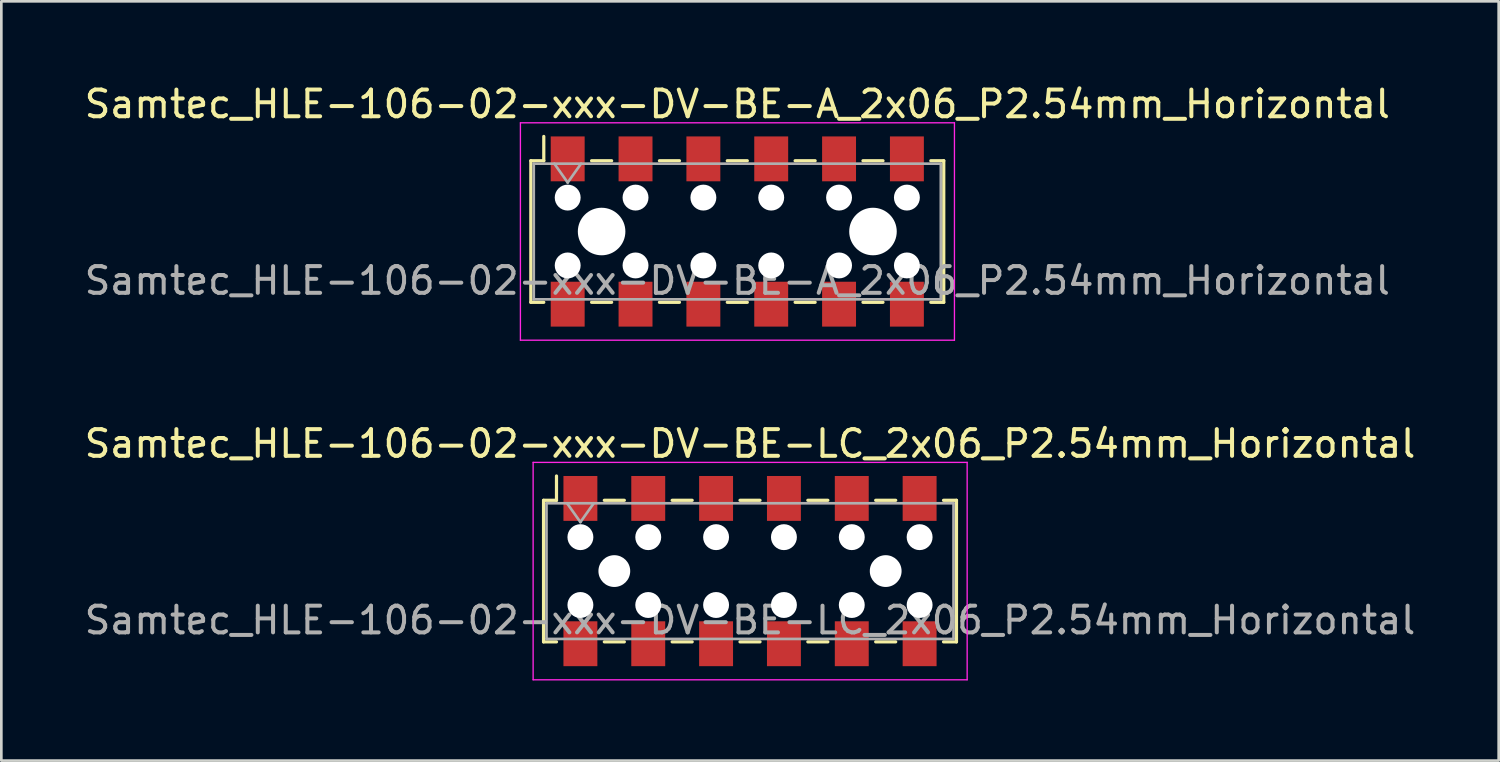
<source format=kicad_pcb>
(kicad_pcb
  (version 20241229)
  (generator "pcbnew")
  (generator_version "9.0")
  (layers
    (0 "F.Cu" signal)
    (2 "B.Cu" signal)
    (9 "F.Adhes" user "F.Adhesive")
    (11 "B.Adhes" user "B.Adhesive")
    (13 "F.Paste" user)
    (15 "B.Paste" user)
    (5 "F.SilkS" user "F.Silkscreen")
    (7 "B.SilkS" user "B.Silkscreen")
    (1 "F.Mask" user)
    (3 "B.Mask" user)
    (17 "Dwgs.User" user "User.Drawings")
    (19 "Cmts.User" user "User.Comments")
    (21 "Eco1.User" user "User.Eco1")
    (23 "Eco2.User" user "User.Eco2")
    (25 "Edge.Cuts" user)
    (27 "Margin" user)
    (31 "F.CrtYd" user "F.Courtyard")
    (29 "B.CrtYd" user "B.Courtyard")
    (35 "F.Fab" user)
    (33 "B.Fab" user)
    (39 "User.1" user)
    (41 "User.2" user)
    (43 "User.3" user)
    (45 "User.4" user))
  (footprint "Samtec_HLE-106-02-xxx-DV-BE-LC_2x06_P2.54mm_Horizontal"
    (layer "F.Cu")
    (at 25.03 18.331)
    (property "Reference" "Samtec_HLE-106-02-xxx-DV-BE-LC_2x06_P2.54mm_Horizontal" (at 0 -4.77 0) (layer "F.SilkS") (effects (font (size 1 1) (thickness 0.15))))
    (attr smd)
    (fp_line (start -7.73 -2.65) (end -7.73 2.65) (stroke (width 0.12) (type solid)) (layer "F.SilkS"))
    (fp_line (start -7.73 2.65) (end -7.245 2.65) (stroke (width 0.12) (type solid)) (layer "F.SilkS"))
    (fp_line (start -7.245 -3.56) (end -7.245 -2.65) (stroke (width 0.12) (type solid)) (layer "F.SilkS"))
    (fp_line (start -7.245 -2.65) (end -7.73 -2.65) (stroke (width 0.12) (type solid)) (layer "F.SilkS"))
    (fp_line (start -5.455 -2.65) (end -4.705 -2.65) (stroke (width 0.12) (type solid)) (layer "F.SilkS"))
    (fp_line (start -5.455 2.65) (end -4.705 2.65) (stroke (width 0.12) (type solid)) (layer "F.SilkS"))
    (fp_line (start -2.915 -2.65) (end -2.165 -2.65) (stroke (width 0.12) (type solid)) (layer "F.SilkS"))
    (fp_line (start -2.915 2.65) (end -2.165 2.65) (stroke (width 0.12) (type solid)) (layer "F.SilkS"))
    (fp_line (start -0.375 -2.65) (end 0.375 -2.65) (stroke (width 0.12) (type solid)) (layer "F.SilkS"))
    (fp_line (start -0.375 2.65) (end 0.375 2.65) (stroke (width 0.12) (type solid)) (layer "F.SilkS"))
    (fp_line (start 2.165 -2.65) (end 2.915 -2.65) (stroke (width 0.12) (type solid)) (layer "F.SilkS"))
    (fp_line (start 2.165 2.65) (end 2.915 2.65) (stroke (width 0.12) (type solid)) (layer "F.SilkS"))
    (fp_line (start 4.705 -2.65) (end 5.455 -2.65) (stroke (width 0.12) (type solid)) (layer "F.SilkS"))
    (fp_line (start 4.705 2.65) (end 5.455 2.65) (stroke (width 0.12) (type solid)) (layer "F.SilkS"))
    (fp_line (start 7.245 -2.65) (end 7.73 -2.65) (stroke (width 0.12) (type solid)) (layer "F.SilkS"))
    (fp_line (start 7.73 -2.65) (end 7.73 2.65) (stroke (width 0.12) (type solid)) (layer "F.SilkS"))
    (fp_line (start 7.73 2.65) (end 7.245 2.65) (stroke (width 0.12) (type solid)) (layer "F.SilkS"))
    (fp_line (start -8.12 -4.07) (end 8.13 -4.07) (stroke (width 0.05) (type solid)) (layer "F.CrtYd"))
    (fp_line (start -8.12 4.07) (end -8.12 -4.07) (stroke (width 0.05) (type solid)) (layer "F.CrtYd"))
    (fp_line (start 8.13 -4.07) (end 8.13 4.07) (stroke (width 0.05) (type solid)) (layer "F.CrtYd"))
    (fp_line (start 8.13 4.07) (end -8.12 4.07) (stroke (width 0.05) (type solid)) (layer "F.CrtYd"))
    (fp_line (start -7.62 -2.54) (end 7.62 -2.54) (stroke (width 0.1) (type solid)) (layer "F.Fab"))
    (fp_line (start -7.62 2.54) (end -7.62 -2.54) (stroke (width 0.1) (type solid)) (layer "F.Fab"))
    (fp_line (start -6.85 -2.54) (end -6.35 -1.833) (stroke (width 0.1) (type solid)) (layer "F.Fab"))
    (fp_line (start -6.35 -1.833) (end -5.85 -2.54) (stroke (width 0.1) (type solid)) (layer "F.Fab"))
    (fp_line (start 7.62 -2.54) (end 7.62 2.54) (stroke (width 0.1) (type solid)) (layer "F.Fab"))
    (fp_line (start 7.62 2.54) (end -7.62 2.54) (stroke (width 0.1) (type solid)) (layer "F.Fab"))
    (fp_text user "${REFERENCE}" (at 0 1.84 0) (layer "F.Fab") (effects (font (size 1 1) (thickness 0.15))))
    (pad "" np_thru_hole circle (at -6.35 -1.27) (size 0.97 0.97) (drill 0.97) (layers "*.Cu" "*.Mask"))
    (pad "" np_thru_hole circle (at -6.35 1.27) (size 0.97 0.97) (drill 0.97) (layers "*.Cu" "*.Mask"))
    (pad "" np_thru_hole circle (at -5.08 0) (size 1.19 1.19) (drill 1.19) (layers "*.Cu" "*.Mask"))
    (pad "" np_thru_hole circle (at -3.81 -1.27) (size 0.97 0.97) (drill 0.97) (layers "*.Cu" "*.Mask"))
    (pad "" np_thru_hole circle (at -3.81 1.27) (size 0.97 0.97) (drill 0.97) (layers "*.Cu" "*.Mask"))
    (pad "" np_thru_hole circle (at -1.27 -1.27) (size 0.97 0.97) (drill 0.97) (layers "*.Cu" "*.Mask"))
    (pad "" np_thru_hole circle (at -1.27 1.27) (size 0.97 0.97) (drill 0.97) (layers "*.Cu" "*.Mask"))
    (pad "" np_thru_hole circle (at 1.27 -1.27) (size 0.97 0.97) (drill 0.97) (layers "*.Cu" "*.Mask"))
    (pad "" np_thru_hole circle (at 1.27 1.27) (size 0.97 0.97) (drill 0.97) (layers "*.Cu" "*.Mask"))
    (pad "" np_thru_hole circle (at 3.81 -1.27) (size 0.97 0.97) (drill 0.97) (layers "*.Cu" "*.Mask"))
    (pad "" np_thru_hole circle (at 3.81 1.27) (size 0.97 0.97) (drill 0.97) (layers "*.Cu" "*.Mask"))
    (pad "" np_thru_hole circle (at 5.08 0) (size 1.19 1.19) (drill 1.19) (layers "*.Cu" "*.Mask"))
    (pad "" np_thru_hole circle (at 6.35 -1.27) (size 0.97 0.97) (drill 0.97) (layers "*.Cu" "*.Mask"))
    (pad "" np_thru_hole circle (at 6.35 1.27) (size 0.97 0.97) (drill 0.97) (layers "*.Cu" "*.Mask"))
    (pad "1" smd rect (at -6.35 -2.72) (size 1.27 1.68) (layers "F.Cu" "F.Mask" "F.Paste"))
    (pad "2" smd rect (at -6.35 2.72) (size 1.27 1.68) (layers "F.Cu" "F.Mask" "F.Paste"))
    (pad "3" smd rect (at -3.81 -2.72) (size 1.27 1.68) (layers "F.Cu" "F.Mask" "F.Paste"))
    (pad "4" smd rect (at -3.81 2.72) (size 1.27 1.68) (layers "F.Cu" "F.Mask" "F.Paste"))
    (pad "5" smd rect (at -1.27 -2.72) (size 1.27 1.68) (layers "F.Cu" "F.Mask" "F.Paste"))
    (pad "6" smd rect (at -1.27 2.72) (size 1.27 1.68) (layers "F.Cu" "F.Mask" "F.Paste"))
    (pad "7" smd rect (at 1.27 -2.72) (size 1.27 1.68) (layers "F.Cu" "F.Mask" "F.Paste"))
    (pad "8" smd rect (at 1.27 2.72) (size 1.27 1.68) (layers "F.Cu" "F.Mask" "F.Paste"))
    (pad "9" smd rect (at 3.81 -2.72) (size 1.27 1.68) (layers "F.Cu" "F.Mask" "F.Paste"))
    (pad "10" smd rect (at 3.81 2.72) (size 1.27 1.68) (layers "F.Cu" "F.Mask" "F.Paste"))
    (pad "11" smd rect (at 6.35 -2.72) (size 1.27 1.68) (layers "F.Cu" "F.Mask" "F.Paste"))
    (pad "12" smd rect (at 6.35 2.72) (size 1.27 1.68) (layers "F.Cu" "F.Mask" "F.Paste")))
  (footprint "Samtec_HLE-106-02-xxx-DV-BE-A_2x06_P2.54mm_Horizontal"
    (layer "F.Cu")
    (at 24.554 5.618)
    (property "Reference" "Samtec_HLE-106-02-xxx-DV-BE-A_2x06_P2.54mm_Horizontal" (at 0 -4.77 0) (layer "F.SilkS") (effects (font (size 1 1) (thickness 0.15))))
    (attr smd)
    (fp_line (start -7.73 -2.65) (end -7.73 2.65) (stroke (width 0.12) (type solid)) (layer "F.SilkS"))
    (fp_line (start -7.73 2.65) (end -7.245 2.65) (stroke (width 0.12) (type solid)) (layer "F.SilkS"))
    (fp_line (start -7.245 -3.56) (end -7.245 -2.65) (stroke (width 0.12) (type solid)) (layer "F.SilkS"))
    (fp_line (start -7.245 -2.65) (end -7.73 -2.65) (stroke (width 0.12) (type solid)) (layer "F.SilkS"))
    (fp_line (start -5.455 -2.65) (end -4.705 -2.65) (stroke (width 0.12) (type solid)) (layer "F.SilkS"))
    (fp_line (start -5.455 2.65) (end -4.705 2.65) (stroke (width 0.12) (type solid)) (layer "F.SilkS"))
    (fp_line (start -2.915 -2.65) (end -2.165 -2.65) (stroke (width 0.12) (type solid)) (layer "F.SilkS"))
    (fp_line (start -2.915 2.65) (end -2.165 2.65) (stroke (width 0.12) (type solid)) (layer "F.SilkS"))
    (fp_line (start -0.375 -2.65) (end 0.375 -2.65) (stroke (width 0.12) (type solid)) (layer "F.SilkS"))
    (fp_line (start -0.375 2.65) (end 0.375 2.65) (stroke (width 0.12) (type solid)) (layer "F.SilkS"))
    (fp_line (start 2.165 -2.65) (end 2.915 -2.65) (stroke (width 0.12) (type solid)) (layer "F.SilkS"))
    (fp_line (start 2.165 2.65) (end 2.915 2.65) (stroke (width 0.12) (type solid)) (layer "F.SilkS"))
    (fp_line (start 4.705 -2.65) (end 5.455 -2.65) (stroke (width 0.12) (type solid)) (layer "F.SilkS"))
    (fp_line (start 4.705 2.65) (end 5.455 2.65) (stroke (width 0.12) (type solid)) (layer "F.SilkS"))
    (fp_line (start 7.245 -2.65) (end 7.73 -2.65) (stroke (width 0.12) (type solid)) (layer "F.SilkS"))
    (fp_line (start 7.73 -2.65) (end 7.73 2.65) (stroke (width 0.12) (type solid)) (layer "F.SilkS"))
    (fp_line (start 7.73 2.65) (end 7.245 2.65) (stroke (width 0.12) (type solid)) (layer "F.SilkS"))
    (fp_line (start -8.12 -4.07) (end 8.13 -4.07) (stroke (width 0.05) (type solid)) (layer "F.CrtYd"))
    (fp_line (start -8.12 4.07) (end -8.12 -4.07) (stroke (width 0.05) (type solid)) (layer "F.CrtYd"))
    (fp_line (start 8.13 -4.07) (end 8.13 4.07) (stroke (width 0.05) (type solid)) (layer "F.CrtYd"))
    (fp_line (start 8.13 4.07) (end -8.12 4.07) (stroke (width 0.05) (type solid)) (layer "F.CrtYd"))
    (fp_line (start -7.62 -2.54) (end 7.62 -2.54) (stroke (width 0.1) (type solid)) (layer "F.Fab"))
    (fp_line (start -7.62 2.54) (end -7.62 -2.54) (stroke (width 0.1) (type solid)) (layer "F.Fab"))
    (fp_line (start -6.85 -2.54) (end -6.35 -1.833) (stroke (width 0.1) (type solid)) (layer "F.Fab"))
    (fp_line (start -6.35 -1.833) (end -5.85 -2.54) (stroke (width 0.1) (type solid)) (layer "F.Fab"))
    (fp_line (start 7.62 -2.54) (end 7.62 2.54) (stroke (width 0.1) (type solid)) (layer "F.Fab"))
    (fp_line (start 7.62 2.54) (end -7.62 2.54) (stroke (width 0.1) (type solid)) (layer "F.Fab"))
    (fp_text user "${REFERENCE}" (at 0 1.84 0) (layer "F.Fab") (effects (font (size 1 1) (thickness 0.15))))
    (pad "" np_thru_hole circle (at -6.35 -1.27) (size 0.97 0.97) (drill 0.97) (layers "*.Cu" "*.Mask"))
    (pad "" np_thru_hole circle (at -6.35 1.27) (size 0.97 0.97) (drill 0.97) (layers "*.Cu" "*.Mask"))
    (pad "" np_thru_hole circle (at -5.08 0) (size 1.78 1.78) (drill 1.78) (layers "*.Cu" "*.Mask"))
    (pad "" np_thru_hole circle (at -3.81 -1.27) (size 0.97 0.97) (drill 0.97) (layers "*.Cu" "*.Mask"))
    (pad "" np_thru_hole circle (at -3.81 1.27) (size 0.97 0.97) (drill 0.97) (layers "*.Cu" "*.Mask"))
    (pad "" np_thru_hole circle (at -1.27 -1.27) (size 0.97 0.97) (drill 0.97) (layers "*.Cu" "*.Mask"))
    (pad "" np_thru_hole circle (at -1.27 1.27) (size 0.97 0.97) (drill 0.97) (layers "*.Cu" "*.Mask"))
    (pad "" np_thru_hole circle (at 1.27 -1.27) (size 0.97 0.97) (drill 0.97) (layers "*.Cu" "*.Mask"))
    (pad "" np_thru_hole circle (at 1.27 1.27) (size 0.97 0.97) (drill 0.97) (layers "*.Cu" "*.Mask"))
    (pad "" np_thru_hole circle (at 3.81 -1.27) (size 0.97 0.97) (drill 0.97) (layers "*.Cu" "*.Mask"))
    (pad "" np_thru_hole circle (at 3.81 1.27) (size 0.97 0.97) (drill 0.97) (layers "*.Cu" "*.Mask"))
    (pad "" np_thru_hole circle (at 5.08 0) (size 1.78 1.78) (drill 1.78) (layers "*.Cu" "*.Mask"))
    (pad "" np_thru_hole circle (at 6.35 -1.27) (size 0.97 0.97) (drill 0.97) (layers "*.Cu" "*.Mask"))
    (pad "" np_thru_hole circle (at 6.35 1.27) (size 0.97 0.97) (drill 0.97) (layers "*.Cu" "*.Mask"))
    (pad "1" smd rect (at -6.35 -2.72) (size 1.27 1.68) (layers "F.Cu" "F.Mask" "F.Paste"))
    (pad "2" smd rect (at -6.35 2.72) (size 1.27 1.68) (layers "F.Cu" "F.Mask" "F.Paste"))
    (pad "3" smd rect (at -3.81 -2.72) (size 1.27 1.68) (layers "F.Cu" "F.Mask" "F.Paste"))
    (pad "4" smd rect (at -3.81 2.72) (size 1.27 1.68) (layers "F.Cu" "F.Mask" "F.Paste"))
    (pad "5" smd rect (at -1.27 -2.72) (size 1.27 1.68) (layers "F.Cu" "F.Mask" "F.Paste"))
    (pad "6" smd rect (at -1.27 2.72) (size 1.27 1.68) (layers "F.Cu" "F.Mask" "F.Paste"))
    (pad "7" smd rect (at 1.27 -2.72) (size 1.27 1.68) (layers "F.Cu" "F.Mask" "F.Paste"))
    (pad "8" smd rect (at 1.27 2.72) (size 1.27 1.68) (layers "F.Cu" "F.Mask" "F.Paste"))
    (pad "9" smd rect (at 3.81 -2.72) (size 1.27 1.68) (layers "F.Cu" "F.Mask" "F.Paste"))
    (pad "10" smd rect (at 3.81 2.72) (size 1.27 1.68) (layers "F.Cu" "F.Mask" "F.Paste"))
    (pad "11" smd rect (at 6.35 -2.72) (size 1.27 1.68) (layers "F.Cu" "F.Mask" "F.Paste"))
    (pad "12" smd rect (at 6.35 2.72) (size 1.27 1.68) (layers "F.Cu" "F.Mask" "F.Paste")))
  (gr_rect
    (start -3 -3)
    (end 53.06 25.427)
    (stroke (width 0.1) (type default))
    (fill no)
    (layer "Edge.Cuts")))
</source>
